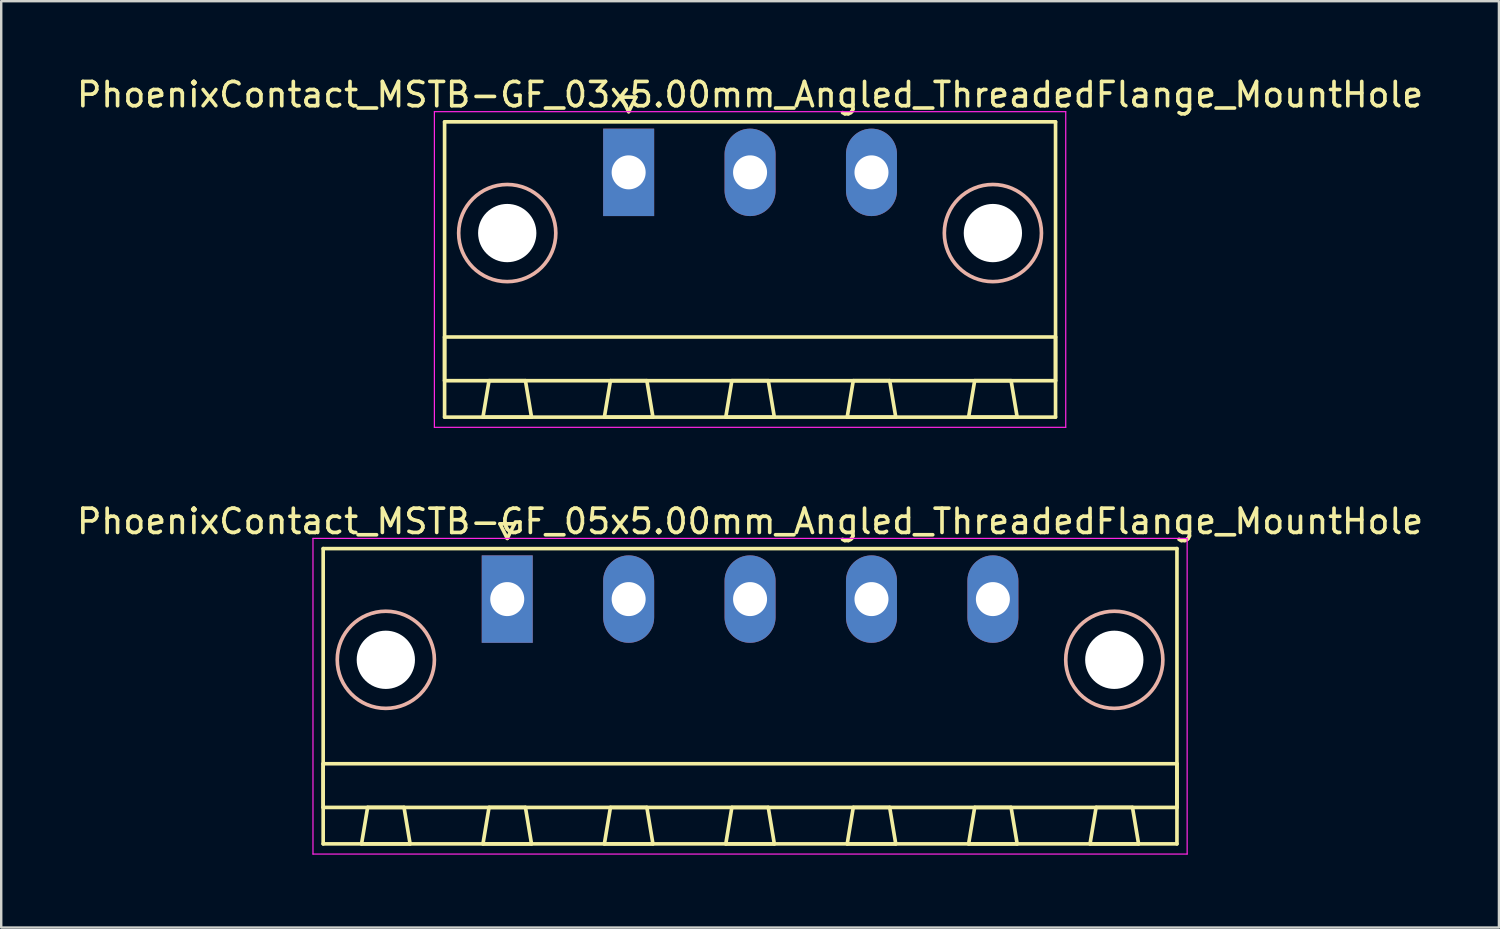
<source format=kicad_pcb>
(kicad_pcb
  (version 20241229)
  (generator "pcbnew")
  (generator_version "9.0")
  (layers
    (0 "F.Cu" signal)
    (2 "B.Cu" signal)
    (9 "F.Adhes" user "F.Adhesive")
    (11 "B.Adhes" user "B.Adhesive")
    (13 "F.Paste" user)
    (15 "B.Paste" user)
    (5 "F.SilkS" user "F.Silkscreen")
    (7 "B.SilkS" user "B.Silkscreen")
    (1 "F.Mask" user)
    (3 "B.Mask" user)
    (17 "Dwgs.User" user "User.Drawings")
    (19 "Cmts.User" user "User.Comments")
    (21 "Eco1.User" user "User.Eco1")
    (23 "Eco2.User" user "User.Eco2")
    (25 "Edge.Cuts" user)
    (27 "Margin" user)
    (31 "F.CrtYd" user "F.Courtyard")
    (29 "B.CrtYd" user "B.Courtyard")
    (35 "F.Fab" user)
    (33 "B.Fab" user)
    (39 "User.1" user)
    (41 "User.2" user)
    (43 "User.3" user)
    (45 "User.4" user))
  (footprint "PhoenixContact_MSTB-GF_03x5.00mm_Angled_ThreadedFlange_MountHole"
    (layer "F.Cu")
    (at 22.839 4.048)
    (property "Reference" "PhoenixContact_MSTB-GF_03x5.00mm_Angled_ThreadedFlange_MountHole" (at 5 -3.2 0) (layer "F.SilkS") (effects (font (size 1 1) (thickness 0.15))))
    (attr through_hole)
    (fp_line (start -7.58 -2.08) (end -7.58 10.08) (stroke (width 0.15) (type solid)) (layer "F.SilkS"))
    (fp_line (start -7.58 6.78) (end 17.58 6.78) (stroke (width 0.15) (type solid)) (layer "F.SilkS"))
    (fp_line (start -7.58 8.58) (end -7.58 6.78) (stroke (width 0.15) (type solid)) (layer "F.SilkS"))
    (fp_line (start -7.58 10.08) (end 17.58 10.08) (stroke (width 0.15) (type solid)) (layer "F.SilkS"))
    (fp_line (start -6 10.08) (end -4 10.08) (stroke (width 0.15) (type solid)) (layer "F.SilkS"))
    (fp_line (start -5.75 8.58) (end -6 10.08) (stroke (width 0.15) (type solid)) (layer "F.SilkS"))
    (fp_line (start -4.25 8.58) (end -5.75 8.58) (stroke (width 0.15) (type solid)) (layer "F.SilkS"))
    (fp_line (start -4 10.08) (end -4.25 8.58) (stroke (width 0.15) (type solid)) (layer "F.SilkS"))
    (fp_line (start -1 10.08) (end 1 10.08) (stroke (width 0.15) (type solid)) (layer "F.SilkS"))
    (fp_line (start -0.75 8.58) (end -1 10.08) (stroke (width 0.15) (type solid)) (layer "F.SilkS"))
    (fp_line (start -0.3 -3.1) (end 0 -2.5) (stroke (width 0.15) (type solid)) (layer "F.SilkS"))
    (fp_line (start 0 -2.5) (end 0.3 -3.1) (stroke (width 0.15) (type solid)) (layer "F.SilkS"))
    (fp_line (start 0.3 -3.1) (end -0.3 -3.1) (stroke (width 0.15) (type solid)) (layer "F.SilkS"))
    (fp_line (start 0.75 8.58) (end -0.75 8.58) (stroke (width 0.15) (type solid)) (layer "F.SilkS"))
    (fp_line (start 1 10.08) (end 0.75 8.58) (stroke (width 0.15) (type solid)) (layer "F.SilkS"))
    (fp_line (start 4 10.08) (end 6 10.08) (stroke (width 0.15) (type solid)) (layer "F.SilkS"))
    (fp_line (start 4.25 8.58) (end 4 10.08) (stroke (width 0.15) (type solid)) (layer "F.SilkS"))
    (fp_line (start 5.75 8.58) (end 4.25 8.58) (stroke (width 0.15) (type solid)) (layer "F.SilkS"))
    (fp_line (start 6 10.08) (end 5.75 8.58) (stroke (width 0.15) (type solid)) (layer "F.SilkS"))
    (fp_line (start 9 10.08) (end 11 10.08) (stroke (width 0.15) (type solid)) (layer "F.SilkS"))
    (fp_line (start 9.25 8.58) (end 9 10.08) (stroke (width 0.15) (type solid)) (layer "F.SilkS"))
    (fp_line (start 10.75 8.58) (end 9.25 8.58) (stroke (width 0.15) (type solid)) (layer "F.SilkS"))
    (fp_line (start 11 10.08) (end 10.75 8.58) (stroke (width 0.15) (type solid)) (layer "F.SilkS"))
    (fp_line (start 14 10.08) (end 16 10.08) (stroke (width 0.15) (type solid)) (layer "F.SilkS"))
    (fp_line (start 14.25 8.58) (end 14 10.08) (stroke (width 0.15) (type solid)) (layer "F.SilkS"))
    (fp_line (start 15.75 8.58) (end 14.25 8.58) (stroke (width 0.15) (type solid)) (layer "F.SilkS"))
    (fp_line (start 16 10.08) (end 15.75 8.58) (stroke (width 0.15) (type solid)) (layer "F.SilkS"))
    (fp_line (start 17.58 -2.08) (end -7.58 -2.08) (stroke (width 0.15) (type solid)) (layer "F.SilkS"))
    (fp_line (start 17.58 6.78) (end 17.58 8.58) (stroke (width 0.15) (type solid)) (layer "F.SilkS"))
    (fp_line (start 17.58 8.58) (end -7.58 8.58) (stroke (width 0.15) (type solid)) (layer "F.SilkS"))
    (fp_line (start 17.58 10.08) (end 17.58 -2.08) (stroke (width 0.15) (type solid)) (layer "F.SilkS"))
    (fp_circle (center -5 2.5) (end -3 2.5) (stroke (width 0.15) (type solid)) (fill no) (layer "B.SilkS"))
    (fp_circle (center 15 2.5) (end 17 2.5) (stroke (width 0.15) (type solid)) (fill no) (layer "B.SilkS"))
    (fp_line (start -8 -2.5) (end -8 10.5) (stroke (width 0.05) (type solid)) (layer "F.CrtYd"))
    (fp_line (start -8 10.5) (end 18 10.5) (stroke (width 0.05) (type solid)) (layer "F.CrtYd"))
    (fp_line (start 18 -2.5) (end -8 -2.5) (stroke (width 0.05) (type solid)) (layer "F.CrtYd"))
    (fp_line (start 18 10.5) (end 18 -2.5) (stroke (width 0.05) (type solid)) (layer "F.CrtYd"))
    (pad "" np_thru_hole circle (at -5 2.5) (size 2.4 2.4) (drill 2.4) (layers "*.Cu" "*.Mask"))
    (pad "" np_thru_hole circle (at 15 2.5) (size 2.4 2.4) (drill 2.4) (layers "*.Cu" "*.Mask"))
    (pad "1" thru_hole rect (at 0 0) (size 2.1 3.6) (drill 1.4) (layers "*.Cu" "*.Mask"))
    (pad "2" thru_hole oval (at 5 0) (size 2.1 3.6) (drill 1.4) (layers "*.Cu" "*.Mask"))
    (pad "3" thru_hole oval (at 10 0) (size 2.1 3.6) (drill 1.4) (layers "*.Cu" "*.Mask")))
  (footprint "PhoenixContact_MSTB-GF_05x5.00mm_Angled_ThreadedFlange_MountHole"
    (layer "F.Cu")
    (at 17.839 21.622)
    (property "Reference" "PhoenixContact_MSTB-GF_05x5.00mm_Angled_ThreadedFlange_MountHole" (at 10 -3.2 0) (layer "F.SilkS") (effects (font (size 1 1) (thickness 0.15))))
    (attr through_hole)
    (fp_line (start -7.58 -2.08) (end -7.58 10.08) (stroke (width 0.15) (type solid)) (layer "F.SilkS"))
    (fp_line (start -7.58 6.78) (end 27.58 6.78) (stroke (width 0.15) (type solid)) (layer "F.SilkS"))
    (fp_line (start -7.58 8.58) (end -7.58 6.78) (stroke (width 0.15) (type solid)) (layer "F.SilkS"))
    (fp_line (start -7.58 10.08) (end 27.58 10.08) (stroke (width 0.15) (type solid)) (layer "F.SilkS"))
    (fp_line (start -6 10.08) (end -4 10.08) (stroke (width 0.15) (type solid)) (layer "F.SilkS"))
    (fp_line (start -5.75 8.58) (end -6 10.08) (stroke (width 0.15) (type solid)) (layer "F.SilkS"))
    (fp_line (start -4.25 8.58) (end -5.75 8.58) (stroke (width 0.15) (type solid)) (layer "F.SilkS"))
    (fp_line (start -4 10.08) (end -4.25 8.58) (stroke (width 0.15) (type solid)) (layer "F.SilkS"))
    (fp_line (start -1 10.08) (end 1 10.08) (stroke (width 0.15) (type solid)) (layer "F.SilkS"))
    (fp_line (start -0.75 8.58) (end -1 10.08) (stroke (width 0.15) (type solid)) (layer "F.SilkS"))
    (fp_line (start -0.3 -3.1) (end 0 -2.5) (stroke (width 0.15) (type solid)) (layer "F.SilkS"))
    (fp_line (start 0 -2.5) (end 0.3 -3.1) (stroke (width 0.15) (type solid)) (layer "F.SilkS"))
    (fp_line (start 0.3 -3.1) (end -0.3 -3.1) (stroke (width 0.15) (type solid)) (layer "F.SilkS"))
    (fp_line (start 0.75 8.58) (end -0.75 8.58) (stroke (width 0.15) (type solid)) (layer "F.SilkS"))
    (fp_line (start 1 10.08) (end 0.75 8.58) (stroke (width 0.15) (type solid)) (layer "F.SilkS"))
    (fp_line (start 4 10.08) (end 6 10.08) (stroke (width 0.15) (type solid)) (layer "F.SilkS"))
    (fp_line (start 4.25 8.58) (end 4 10.08) (stroke (width 0.15) (type solid)) (layer "F.SilkS"))
    (fp_line (start 5.75 8.58) (end 4.25 8.58) (stroke (width 0.15) (type solid)) (layer "F.SilkS"))
    (fp_line (start 6 10.08) (end 5.75 8.58) (stroke (width 0.15) (type solid)) (layer "F.SilkS"))
    (fp_line (start 9 10.08) (end 11 10.08) (stroke (width 0.15) (type solid)) (layer "F.SilkS"))
    (fp_line (start 9.25 8.58) (end 9 10.08) (stroke (width 0.15) (type solid)) (layer "F.SilkS"))
    (fp_line (start 10.75 8.58) (end 9.25 8.58) (stroke (width 0.15) (type solid)) (layer "F.SilkS"))
    (fp_line (start 11 10.08) (end 10.75 8.58) (stroke (width 0.15) (type solid)) (layer "F.SilkS"))
    (fp_line (start 14 10.08) (end 16 10.08) (stroke (width 0.15) (type solid)) (layer "F.SilkS"))
    (fp_line (start 14.25 8.58) (end 14 10.08) (stroke (width 0.15) (type solid)) (layer "F.SilkS"))
    (fp_line (start 15.75 8.58) (end 14.25 8.58) (stroke (width 0.15) (type solid)) (layer "F.SilkS"))
    (fp_line (start 16 10.08) (end 15.75 8.58) (stroke (width 0.15) (type solid)) (layer "F.SilkS"))
    (fp_line (start 19 10.08) (end 21 10.08) (stroke (width 0.15) (type solid)) (layer "F.SilkS"))
    (fp_line (start 19.25 8.58) (end 19 10.08) (stroke (width 0.15) (type solid)) (layer "F.SilkS"))
    (fp_line (start 20.75 8.58) (end 19.25 8.58) (stroke (width 0.15) (type solid)) (layer "F.SilkS"))
    (fp_line (start 21 10.08) (end 20.75 8.58) (stroke (width 0.15) (type solid)) (layer "F.SilkS"))
    (fp_line (start 24 10.08) (end 26 10.08) (stroke (width 0.15) (type solid)) (layer "F.SilkS"))
    (fp_line (start 24.25 8.58) (end 24 10.08) (stroke (width 0.15) (type solid)) (layer "F.SilkS"))
    (fp_line (start 25.75 8.58) (end 24.25 8.58) (stroke (width 0.15) (type solid)) (layer "F.SilkS"))
    (fp_line (start 26 10.08) (end 25.75 8.58) (stroke (width 0.15) (type solid)) (layer "F.SilkS"))
    (fp_line (start 27.58 -2.08) (end -7.58 -2.08) (stroke (width 0.15) (type solid)) (layer "F.SilkS"))
    (fp_line (start 27.58 6.78) (end 27.58 8.58) (stroke (width 0.15) (type solid)) (layer "F.SilkS"))
    (fp_line (start 27.58 8.58) (end -7.58 8.58) (stroke (width 0.15) (type solid)) (layer "F.SilkS"))
    (fp_line (start 27.58 10.08) (end 27.58 -2.08) (stroke (width 0.15) (type solid)) (layer "F.SilkS"))
    (fp_circle (center -5 2.5) (end -3 2.5) (stroke (width 0.15) (type solid)) (fill no) (layer "B.SilkS"))
    (fp_circle (center 25 2.5) (end 27 2.5) (stroke (width 0.15) (type solid)) (fill no) (layer "B.SilkS"))
    (fp_line (start -8 -2.5) (end -8 10.5) (stroke (width 0.05) (type solid)) (layer "F.CrtYd"))
    (fp_line (start -8 10.5) (end 28 10.5) (stroke (width 0.05) (type solid)) (layer "F.CrtYd"))
    (fp_line (start 28 -2.5) (end -8 -2.5) (stroke (width 0.05) (type solid)) (layer "F.CrtYd"))
    (fp_line (start 28 10.5) (end 28 -2.5) (stroke (width 0.05) (type solid)) (layer "F.CrtYd"))
    (pad "" np_thru_hole circle (at -5 2.5) (size 2.4 2.4) (drill 2.4) (layers "*.Cu" "*.Mask"))
    (pad "" np_thru_hole circle (at 25 2.5) (size 2.4 2.4) (drill 2.4) (layers "*.Cu" "*.Mask"))
    (pad "1" thru_hole rect (at 0 0) (size 2.1 3.6) (drill 1.4) (layers "*.Cu" "*.Mask"))
    (pad "2" thru_hole oval (at 5 0) (size 2.1 3.6) (drill 1.4) (layers "*.Cu" "*.Mask"))
    (pad "3" thru_hole oval (at 10 0) (size 2.1 3.6) (drill 1.4) (layers "*.Cu" "*.Mask"))
    (pad "4" thru_hole oval (at 15 0) (size 2.1 3.6) (drill 1.4) (layers "*.Cu" "*.Mask"))
    (pad "5" thru_hole oval (at 20 0) (size 2.1 3.6) (drill 1.4) (layers "*.Cu" "*.Mask")))
  (gr_rect
    (start -3 -3)
    (end 58.679 35.147)
    (stroke (width 0.1) (type default))
    (fill no)
    (layer "Edge.Cuts")))
</source>
